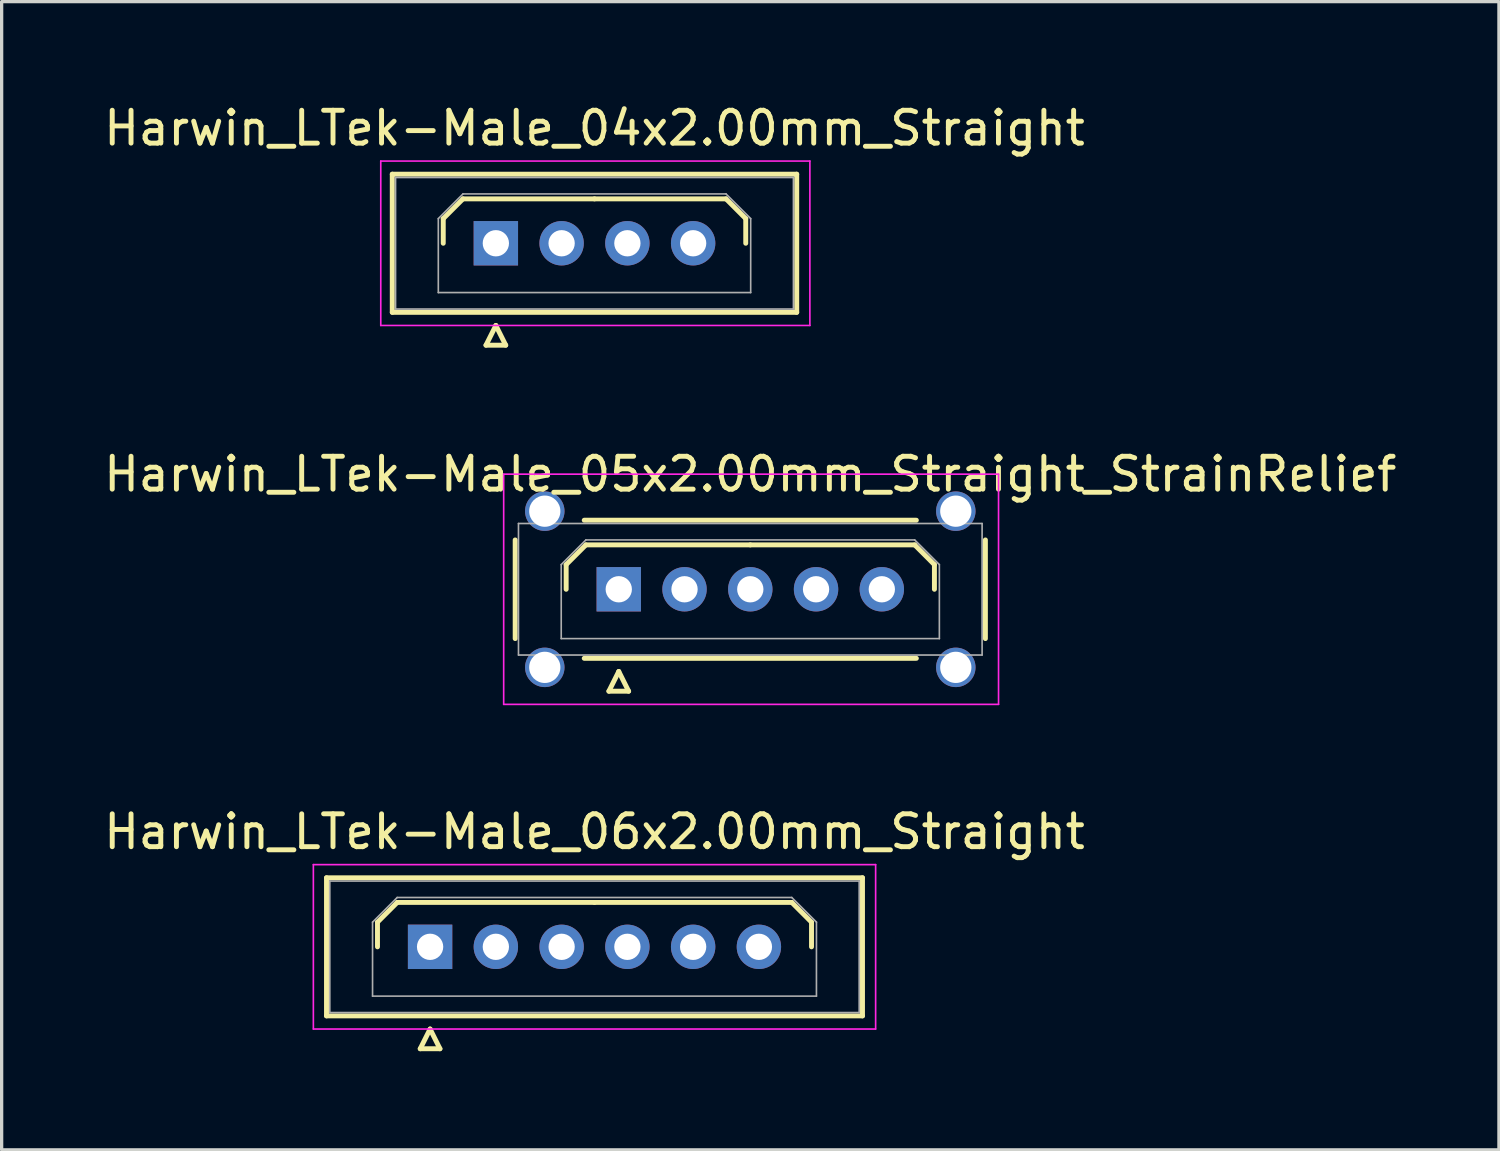
<source format=kicad_pcb>
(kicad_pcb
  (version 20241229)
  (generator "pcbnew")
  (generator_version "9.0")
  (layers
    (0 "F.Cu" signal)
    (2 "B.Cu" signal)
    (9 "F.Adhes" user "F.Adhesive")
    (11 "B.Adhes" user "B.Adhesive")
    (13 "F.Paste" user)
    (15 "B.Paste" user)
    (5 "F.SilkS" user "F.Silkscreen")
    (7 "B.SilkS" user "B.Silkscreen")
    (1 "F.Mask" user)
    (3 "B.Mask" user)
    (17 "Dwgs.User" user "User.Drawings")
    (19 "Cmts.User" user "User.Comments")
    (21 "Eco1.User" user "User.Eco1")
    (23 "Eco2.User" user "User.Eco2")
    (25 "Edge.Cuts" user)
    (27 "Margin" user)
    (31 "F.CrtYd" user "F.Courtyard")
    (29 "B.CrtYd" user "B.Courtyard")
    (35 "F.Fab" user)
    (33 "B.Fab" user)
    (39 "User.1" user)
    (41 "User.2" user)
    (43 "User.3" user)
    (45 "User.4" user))
  (footprint "Harwin_LTek-Male_04x2.00mm_Straight"
    (layer "F.Cu")
    (at 12.03 4.348)
    (property "Reference" "Harwin_LTek-Male_04x2.00mm_Straight" (at 3 -3.5 0) (layer "F.SilkS") (effects (font (size 1 1) (thickness 0.15))))
    (attr through_hole)
    (fp_line (start -3.15 -2.1) (end -3.15 2.1) (stroke (width 0.15) (type solid)) (layer "F.SilkS"))
    (fp_line (start -3.15 2.1) (end 9.15 2.1) (stroke (width 0.15) (type solid)) (layer "F.SilkS"))
    (fp_line (start -1.6 -0.75) (end -1 -1.35) (stroke (width 0.15) (type solid)) (layer "F.SilkS"))
    (fp_line (start -1.6 0) (end -1.6 -0.75) (stroke (width 0.15) (type solid)) (layer "F.SilkS"))
    (fp_line (start -1 -1.35) (end 3 -1.35) (stroke (width 0.15) (type solid)) (layer "F.SilkS"))
    (fp_line (start -0.3 3.1) (end 0.3 3.1) (stroke (width 0.15) (type solid)) (layer "F.SilkS"))
    (fp_line (start 0 2.5) (end -0.3 3.1) (stroke (width 0.15) (type solid)) (layer "F.SilkS"))
    (fp_line (start 0.3 3.1) (end 0 2.5) (stroke (width 0.15) (type solid)) (layer "F.SilkS"))
    (fp_line (start 7 -1.35) (end 3 -1.35) (stroke (width 0.15) (type solid)) (layer "F.SilkS"))
    (fp_line (start 7.6 -0.75) (end 7 -1.35) (stroke (width 0.15) (type solid)) (layer "F.SilkS"))
    (fp_line (start 7.6 0) (end 7.6 -0.75) (stroke (width 0.15) (type solid)) (layer "F.SilkS"))
    (fp_line (start 9.15 -2.1) (end -3.15 -2.1) (stroke (width 0.15) (type solid)) (layer "F.SilkS"))
    (fp_line (start 9.15 2.1) (end 9.15 -2.1) (stroke (width 0.15) (type solid)) (layer "F.SilkS"))
    (fp_line (start -3.5 -2.5) (end -3.5 2.5) (stroke (width 0.05) (type solid)) (layer "F.CrtYd"))
    (fp_line (start -3.5 2.5) (end 9.55 2.5) (stroke (width 0.05) (type solid)) (layer "F.CrtYd"))
    (fp_line (start 9.55 -2.5) (end -3.5 -2.5) (stroke (width 0.05) (type solid)) (layer "F.CrtYd"))
    (fp_line (start 9.55 2.5) (end 9.55 -2.5) (stroke (width 0.05) (type solid)) (layer "F.CrtYd"))
    (fp_line (start -3.05 -2) (end -3.05 2) (stroke (width 0.05) (type solid)) (layer "F.Fab"))
    (fp_line (start -3.05 2) (end 9.05 2) (stroke (width 0.05) (type solid)) (layer "F.Fab"))
    (fp_line (start -1.75 -0.75) (end -1 -1.5) (stroke (width 0.05) (type solid)) (layer "F.Fab"))
    (fp_line (start -1.75 1.5) (end -1.75 -0.75) (stroke (width 0.05) (type solid)) (layer "F.Fab"))
    (fp_line (start -1 -1.5) (end 7 -1.5) (stroke (width 0.05) (type solid)) (layer "F.Fab"))
    (fp_line (start 7 -1.5) (end 7.75 -0.75) (stroke (width 0.05) (type solid)) (layer "F.Fab"))
    (fp_line (start 7.75 -0.75) (end 7.75 1.5) (stroke (width 0.05) (type solid)) (layer "F.Fab"))
    (fp_line (start 7.75 1.5) (end -1.75 1.5) (stroke (width 0.05) (type solid)) (layer "F.Fab"))
    (fp_line (start 9.05 -2) (end -3.05 -2) (stroke (width 0.05) (type solid)) (layer "F.Fab"))
    (fp_line (start 9.05 2) (end 9.05 -2) (stroke (width 0.05) (type solid)) (layer "F.Fab"))
    (pad "1" thru_hole rect (at 0 0) (size 1.35 1.35) (drill 0.8) (layers "*.Cu" "*.Mask"))
    (pad "2" thru_hole circle (at 2 0) (size 1.35 1.35) (drill 0.8) (layers "*.Cu" "*.Mask"))
    (pad "3" thru_hole circle (at 4 0) (size 1.35 1.35) (drill 0.8) (layers "*.Cu" "*.Mask"))
    (pad "4" thru_hole circle (at 6 0) (size 1.35 1.35) (drill 0.8) (layers "*.Cu" "*.Mask")))
  (footprint "Harwin_LTek-Male_06x2.00mm_Straight"
    (layer "F.Cu")
    (at 10.03 25.745)
    (property "Reference" "Harwin_LTek-Male_06x2.00mm_Straight" (at 5 -3.5 0) (layer "F.SilkS") (effects (font (size 1 1) (thickness 0.15))))
    (attr through_hole)
    (fp_line (start -3.15 -2.1) (end -3.15 2.1) (stroke (width 0.15) (type solid)) (layer "F.SilkS"))
    (fp_line (start -3.15 2.1) (end 13.15 2.1) (stroke (width 0.15) (type solid)) (layer "F.SilkS"))
    (fp_line (start -1.6 -0.75) (end -1 -1.35) (stroke (width 0.15) (type solid)) (layer "F.SilkS"))
    (fp_line (start -1.6 0) (end -1.6 -0.75) (stroke (width 0.15) (type solid)) (layer "F.SilkS"))
    (fp_line (start -1 -1.35) (end 5 -1.35) (stroke (width 0.15) (type solid)) (layer "F.SilkS"))
    (fp_line (start -0.3 3.1) (end 0.3 3.1) (stroke (width 0.15) (type solid)) (layer "F.SilkS"))
    (fp_line (start 0 2.5) (end -0.3 3.1) (stroke (width 0.15) (type solid)) (layer "F.SilkS"))
    (fp_line (start 0.3 3.1) (end 0 2.5) (stroke (width 0.15) (type solid)) (layer "F.SilkS"))
    (fp_line (start 11 -1.35) (end 5 -1.35) (stroke (width 0.15) (type solid)) (layer "F.SilkS"))
    (fp_line (start 11.6 -0.75) (end 11 -1.35) (stroke (width 0.15) (type solid)) (layer "F.SilkS"))
    (fp_line (start 11.6 0) (end 11.6 -0.75) (stroke (width 0.15) (type solid)) (layer "F.SilkS"))
    (fp_line (start 13.15 -2.1) (end -3.15 -2.1) (stroke (width 0.15) (type solid)) (layer "F.SilkS"))
    (fp_line (start 13.15 2.1) (end 13.15 -2.1) (stroke (width 0.15) (type solid)) (layer "F.SilkS"))
    (fp_line (start -3.55 -2.5) (end -3.55 2.5) (stroke (width 0.05) (type solid)) (layer "F.CrtYd"))
    (fp_line (start -3.55 2.5) (end 13.55 2.5) (stroke (width 0.05) (type solid)) (layer "F.CrtYd"))
    (fp_line (start 13.55 -2.5) (end -3.55 -2.5) (stroke (width 0.05) (type solid)) (layer "F.CrtYd"))
    (fp_line (start 13.55 2.5) (end 13.55 -2.5) (stroke (width 0.05) (type solid)) (layer "F.CrtYd"))
    (fp_line (start -3.05 -2) (end -3.05 2) (stroke (width 0.05) (type solid)) (layer "F.Fab"))
    (fp_line (start -3.05 2) (end 13.05 2) (stroke (width 0.05) (type solid)) (layer "F.Fab"))
    (fp_line (start -1.75 -0.75) (end -1 -1.5) (stroke (width 0.05) (type solid)) (layer "F.Fab"))
    (fp_line (start -1.75 1.5) (end -1.75 -0.75) (stroke (width 0.05) (type solid)) (layer "F.Fab"))
    (fp_line (start -1 -1.5) (end 11 -1.5) (stroke (width 0.05) (type solid)) (layer "F.Fab"))
    (fp_line (start 11 -1.5) (end 11.75 -0.75) (stroke (width 0.05) (type solid)) (layer "F.Fab"))
    (fp_line (start 11.75 -0.75) (end 11.75 1.5) (stroke (width 0.05) (type solid)) (layer "F.Fab"))
    (fp_line (start 11.75 1.5) (end -1.75 1.5) (stroke (width 0.05) (type solid)) (layer "F.Fab"))
    (fp_line (start 13.05 -2) (end -3.05 -2) (stroke (width 0.05) (type solid)) (layer "F.Fab"))
    (fp_line (start 13.05 2) (end 13.05 -2) (stroke (width 0.05) (type solid)) (layer "F.Fab"))
    (pad "1" thru_hole rect (at 0 0) (size 1.35 1.35) (drill 0.8) (layers "*.Cu" "*.Mask"))
    (pad "2" thru_hole circle (at 2 0) (size 1.35 1.35) (drill 0.8) (layers "*.Cu" "*.Mask"))
    (pad "3" thru_hole circle (at 4 0) (size 1.35 1.35) (drill 0.8) (layers "*.Cu" "*.Mask"))
    (pad "4" thru_hole circle (at 6 0) (size 1.35 1.35) (drill 0.8) (layers "*.Cu" "*.Mask"))
    (pad "5" thru_hole circle (at 8 0) (size 1.35 1.35) (drill 0.8) (layers "*.Cu" "*.Mask"))
    (pad "6" thru_hole circle (at 10 0) (size 1.35 1.35) (drill 0.8) (layers "*.Cu" "*.Mask")))
  (footprint "Harwin_LTek-Male_05x2.00mm_Straight_StrainRelief"
    (layer "F.Cu")
    (at 15.768 14.871)
    (property "Reference" "Harwin_LTek-Male_05x2.00mm_Straight_StrainRelief" (at 4 -3.5 0) (layer "F.SilkS") (effects (font (size 1 1) (thickness 0.15))))
    (attr through_hole)
    (fp_line (start -3.15 -1.5) (end -3.15 1.5) (stroke (width 0.15) (type solid)) (layer "F.SilkS"))
    (fp_line (start -1.6 -0.75) (end -1 -1.35) (stroke (width 0.15) (type solid)) (layer "F.SilkS"))
    (fp_line (start -1.6 0) (end -1.6 -0.75) (stroke (width 0.15) (type solid)) (layer "F.SilkS"))
    (fp_line (start -1.05 -2.1) (end 9.05 -2.1) (stroke (width 0.15) (type solid)) (layer "F.SilkS"))
    (fp_line (start -1.05 2.1) (end 9.05 2.1) (stroke (width 0.15) (type solid)) (layer "F.SilkS"))
    (fp_line (start -1 -1.35) (end 4 -1.35) (stroke (width 0.15) (type solid)) (layer "F.SilkS"))
    (fp_line (start -0.3 3.1) (end 0.3 3.1) (stroke (width 0.15) (type solid)) (layer "F.SilkS"))
    (fp_line (start 0 2.5) (end -0.3 3.1) (stroke (width 0.15) (type solid)) (layer "F.SilkS"))
    (fp_line (start 0.3 3.1) (end 0 2.5) (stroke (width 0.15) (type solid)) (layer "F.SilkS"))
    (fp_line (start 9 -1.35) (end 4 -1.35) (stroke (width 0.15) (type solid)) (layer "F.SilkS"))
    (fp_line (start 9.6 -0.75) (end 9 -1.35) (stroke (width 0.15) (type solid)) (layer "F.SilkS"))
    (fp_line (start 9.6 0) (end 9.6 -0.75) (stroke (width 0.15) (type solid)) (layer "F.SilkS"))
    (fp_line (start 11.15 -1.5) (end 11.15 1.5) (stroke (width 0.15) (type solid)) (layer "F.SilkS"))
    (fp_line (start -3.5 -3.5) (end -3.5 3.5) (stroke (width 0.05) (type solid)) (layer "F.CrtYd"))
    (fp_line (start -3.5 3.5) (end 11.55 3.5) (stroke (width 0.05) (type solid)) (layer "F.CrtYd"))
    (fp_line (start 11.55 -3.5) (end -3.5 -3.5) (stroke (width 0.05) (type solid)) (layer "F.CrtYd"))
    (fp_line (start 11.55 3.5) (end 11.55 -3.5) (stroke (width 0.05) (type solid)) (layer "F.CrtYd"))
    (fp_line (start -3.05 -2) (end -3.05 2) (stroke (width 0.05) (type solid)) (layer "F.Fab"))
    (fp_line (start -3.05 2) (end 11.05 2) (stroke (width 0.05) (type solid)) (layer "F.Fab"))
    (fp_line (start -1.75 -0.75) (end -1 -1.5) (stroke (width 0.05) (type solid)) (layer "F.Fab"))
    (fp_line (start -1.75 1.5) (end -1.75 -0.75) (stroke (width 0.05) (type solid)) (layer "F.Fab"))
    (fp_line (start -1 -1.5) (end 9 -1.5) (stroke (width 0.05) (type solid)) (layer "F.Fab"))
    (fp_line (start 9 -1.5) (end 9.75 -0.75) (stroke (width 0.05) (type solid)) (layer "F.Fab"))
    (fp_line (start 9.75 -0.75) (end 9.75 1.5) (stroke (width 0.05) (type solid)) (layer "F.Fab"))
    (fp_line (start 9.75 1.5) (end -1.75 1.5) (stroke (width 0.05) (type solid)) (layer "F.Fab"))
    (fp_line (start 11.05 -2) (end -3.05 -2) (stroke (width 0.05) (type solid)) (layer "F.Fab"))
    (fp_line (start 11.05 2) (end 11.05 -2) (stroke (width 0.05) (type solid)) (layer "F.Fab"))
    (pad "" thru_hole circle (at -2.25 -2.375) (size 1.2 1.2) (drill 0.95) (layers "*.Cu" "*.Mask"))
    (pad "" thru_hole circle (at -2.25 2.375) (size 1.2 1.2) (drill 0.95) (layers "*.Cu" "*.Mask"))
    (pad "" thru_hole circle (at 10.25 -2.375) (size 1.2 1.2) (drill 0.95) (layers "*.Cu" "*.Mask"))
    (pad "" thru_hole circle (at 10.25 2.375) (size 1.2 1.2) (drill 0.95) (layers "*.Cu" "*.Mask"))
    (pad "1" thru_hole rect (at 0 0) (size 1.35 1.35) (drill 0.8) (layers "*.Cu" "*.Mask"))
    (pad "2" thru_hole circle (at 2 0) (size 1.35 1.35) (drill 0.8) (layers "*.Cu" "*.Mask"))
    (pad "3" thru_hole circle (at 4 0) (size 1.35 1.35) (drill 0.8) (layers "*.Cu" "*.Mask"))
    (pad "4" thru_hole circle (at 6 0) (size 1.35 1.35) (drill 0.8) (layers "*.Cu" "*.Mask"))
    (pad "5" thru_hole circle (at 8 0) (size 1.35 1.35) (drill 0.8) (layers "*.Cu" "*.Mask")))
  (gr_rect
    (start -3 -3)
    (end 42.536 31.92)
    (stroke (width 0.1) (type default))
    (fill no)
    (layer "Edge.Cuts")))
</source>
